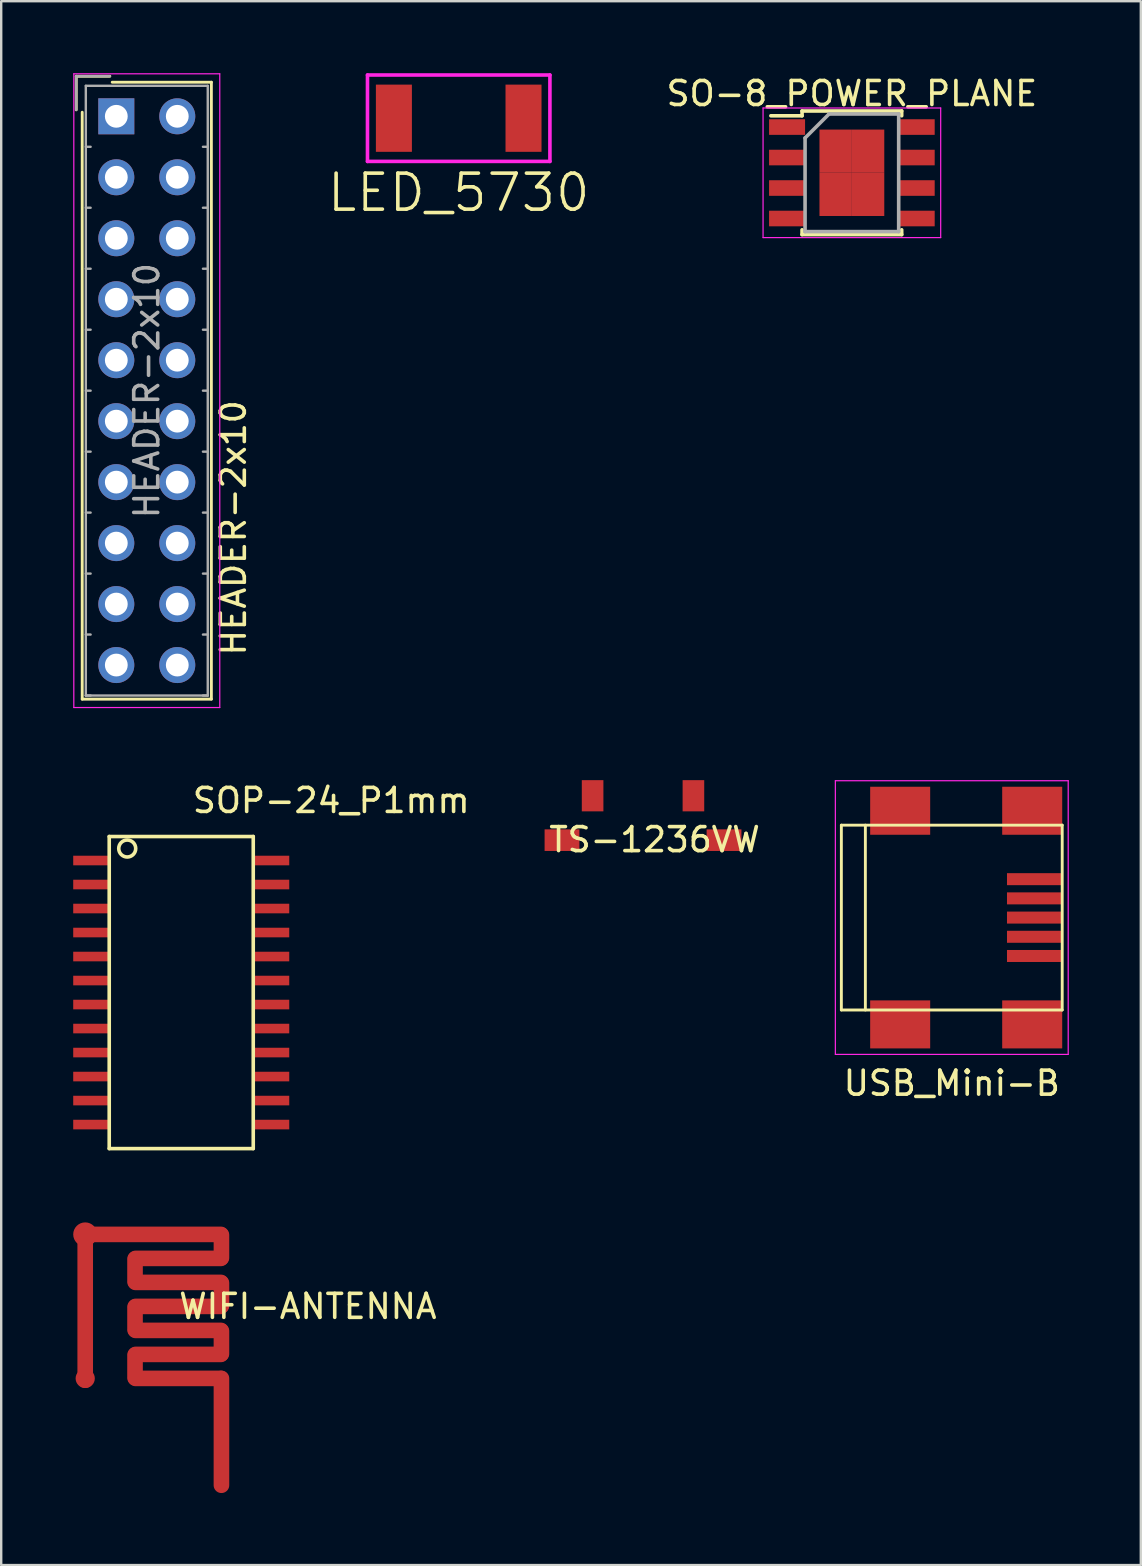
<source format=kicad_pcb>
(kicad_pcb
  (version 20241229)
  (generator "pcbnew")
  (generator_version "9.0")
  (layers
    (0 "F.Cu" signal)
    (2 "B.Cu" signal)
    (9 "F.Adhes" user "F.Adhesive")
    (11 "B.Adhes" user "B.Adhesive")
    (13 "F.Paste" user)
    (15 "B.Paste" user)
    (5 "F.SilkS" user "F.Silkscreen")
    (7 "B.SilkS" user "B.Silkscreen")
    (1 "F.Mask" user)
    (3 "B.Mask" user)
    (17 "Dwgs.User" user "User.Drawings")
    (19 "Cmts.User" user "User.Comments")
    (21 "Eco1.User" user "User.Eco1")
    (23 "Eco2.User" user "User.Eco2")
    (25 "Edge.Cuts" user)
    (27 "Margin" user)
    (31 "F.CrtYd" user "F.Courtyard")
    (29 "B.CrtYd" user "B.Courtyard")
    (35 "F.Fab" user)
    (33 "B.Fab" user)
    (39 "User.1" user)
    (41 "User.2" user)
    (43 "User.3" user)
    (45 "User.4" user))
  (footprint "LED_5730"
    (layer "F.Cu")
    (at 16.059 1.875)
    (property "Reference" "LED_5730" (at 0 3.1 0) (layer "F.SilkS") (effects (font (size 1.5 1.5) (thickness 0.15))))
    (attr smd)
    (fp_line (start -3.8 -1.8) (end 3.8 -1.8) (stroke (width 0.15) (type solid)) (layer "F.CrtYd"))
    (fp_line (start -3.8 1.8) (end -3.8 -1.8) (stroke (width 0.15) (type solid)) (layer "F.CrtYd"))
    (fp_line (start 3.8 -1.8) (end 3.8 1.8) (stroke (width 0.15) (type solid)) (layer "F.CrtYd"))
    (fp_line (start 3.8 1.8) (end -3.8 1.8) (stroke (width 0.15) (type solid)) (layer "F.CrtYd"))
    (pad "1" smd rect (at 2.7 0) (size 1.5 2.8) (layers "F.Cu" "F.Mask" "F.Paste"))
    (pad "2" smd rect (at -2.7 0) (size 1.5 2.8) (layers "F.Cu" "F.Mask" "F.Paste")))
  (footprint "WIFI-ANTENNA"
    (layer "F.Cu")
    (at 4.375 52.373)
    (property "Reference" "WIFI-ANTENNA" (at 5.4 -1 0) (layer "F.SilkS") (effects (font (size 1 1) (thickness 0.15))))
    (attr through_hole)
    (pad "1" smd oval (at -3.875 -4) (size 1 1) (layers "F.Cu" "F.Mask" "F.Paste"))
    (pad "1" smd oval (at -3.875 -0.95) (size 0.65 6.7) (layers "F.Cu" "F.Mask" "F.Paste"))
    (pad "1" smd oval (at -3.875 2) (size 0.8 0.8) (layers "F.Cu" "F.Mask" "F.Paste"))
    (pad "1" smd oval (at -1.8 -2.5) (size 0.65 1.6) (layers "F.Cu" "F.Mask" "F.Paste"))
    (pad "1" smd oval (at -1.8 -0.5) (size 0.65 1.6) (layers "F.Cu" "F.Mask" "F.Paste"))
    (pad "1" smd oval (at -1.8 1.5) (size 0.65 1.6) (layers "F.Cu" "F.Mask" "F.Paste"))
    (pad "1" smd oval (at -1.05 -4) (size 6.3 0.65) (layers "F.Cu" "F.Mask" "F.Paste"))
    (pad "1" smd oval (at 0 -3) (size 4.2 0.65) (layers "F.Cu" "F.Mask" "F.Paste"))
    (pad "1" smd oval (at 0 -2) (size 4.2 0.65) (layers "F.Cu" "F.Mask" "F.Paste"))
    (pad "1" smd oval (at 0 -1) (size 4.2 0.65) (layers "F.Cu" "F.Mask" "F.Paste"))
    (pad "1" smd oval (at 0 0) (size 4.2 0.65) (layers "F.Cu" "F.Mask" "F.Paste"))
    (pad "1" smd oval (at 0 1) (size 4.2 0.65) (layers "F.Cu" "F.Mask" "F.Paste"))
    (pad "1" smd oval (at 0 2) (size 4.2 0.65) (layers "F.Cu" "F.Mask" "F.Paste"))
    (pad "1" smd oval (at 1.8 -3.5) (size 0.65 1.6) (layers "F.Cu" "F.Mask" "F.Paste"))
    (pad "1" smd oval (at 1.8 -1.5) (size 0.65 1.6) (layers "F.Cu" "F.Mask" "F.Paste"))
    (pad "1" smd oval (at 1.8 0.5) (size 0.65 1.6) (layers "F.Cu" "F.Mask" "F.Paste"))
    (pad "1" smd oval (at 1.8 4.225) (size 0.65 5.1) (layers "F.Cu" "F.Mask" "F.Paste")))
  (footprint "SOP-24_P1mm"
    (layer "F.Cu")
    (at 4.25 38.298)
    (property "Reference" "SOP-24_P1mm" (at 6.5 -8 0) (layer "F.SilkS") (effects (font (size 1 1) (thickness 0.15))))
    (attr through_hole)
    (fp_line (start -2.75 -6.5) (end -2.75 6.5) (stroke (width 0.15) (type solid)) (layer "F.SilkS"))
    (fp_line (start -2.75 6.5) (end 3.25 6.5) (stroke (width 0.15) (type solid)) (layer "F.SilkS"))
    (fp_line (start 3.25 -6.5) (end -2.75 -6.5) (stroke (width 0.15) (type solid)) (layer "F.SilkS"))
    (fp_line (start 3.25 6.5) (end 3.25 -6.5) (stroke (width 0.15) (type solid)) (layer "F.SilkS"))
    (fp_circle (center -2 -6) (end -1.75 -5.75) (stroke (width 0.15) (type solid)) (fill no) (layer "F.SilkS"))
    (pad "1" smd rect (at -3.5 -5.5) (size 1.5 0.4) (layers "F.Cu" "F.Mask" "F.Paste"))
    (pad "2" smd rect (at -3.5 -4.5) (size 1.5 0.4) (layers "F.Cu" "F.Mask" "F.Paste"))
    (pad "3" smd rect (at -3.5 -3.5) (size 1.5 0.4) (layers "F.Cu" "F.Mask" "F.Paste"))
    (pad "4" smd rect (at -3.5 -2.5) (size 1.5 0.4) (layers "F.Cu" "F.Mask" "F.Paste"))
    (pad "5" smd rect (at -3.5 -1.5) (size 1.5 0.4) (layers "F.Cu" "F.Mask" "F.Paste"))
    (pad "6" smd rect (at -3.5 -0.5) (size 1.5 0.4) (layers "F.Cu" "F.Mask" "F.Paste"))
    (pad "7" smd rect (at -3.5 0.5) (size 1.5 0.4) (layers "F.Cu" "F.Mask" "F.Paste"))
    (pad "8" smd rect (at -3.5 1.5) (size 1.5 0.4) (layers "F.Cu" "F.Mask" "F.Paste"))
    (pad "9" smd rect (at -3.5 2.5) (size 1.5 0.4) (layers "F.Cu" "F.Mask" "F.Paste"))
    (pad "10" smd rect (at -3.5 3.5) (size 1.5 0.4) (layers "F.Cu" "F.Mask" "F.Paste"))
    (pad "11" smd rect (at -3.5 4.5) (size 1.5 0.4) (layers "F.Cu" "F.Mask" "F.Paste"))
    (pad "12" smd rect (at -3.5 5.5) (size 1.5 0.4) (layers "F.Cu" "F.Mask" "F.Paste"))
    (pad "13" smd rect (at 4 5.5) (size 1.5 0.4) (layers "F.Cu" "F.Mask" "F.Paste"))
    (pad "14" smd rect (at 4 4.5) (size 1.5 0.4) (layers "F.Cu" "F.Mask" "F.Paste"))
    (pad "15" smd rect (at 4 3.5) (size 1.5 0.4) (layers "F.Cu" "F.Mask" "F.Paste"))
    (pad "16" smd rect (at 4 2.5) (size 1.5 0.4) (layers "F.Cu" "F.Mask" "F.Paste"))
    (pad "17" smd rect (at 4 1.5) (size 1.5 0.4) (layers "F.Cu" "F.Mask" "F.Paste"))
    (pad "18" smd rect (at 4 0.5) (size 1.5 0.4) (layers "F.Cu" "F.Mask" "F.Paste"))
    (pad "19" smd rect (at 4 -0.5) (size 1.5 0.4) (layers "F.Cu" "F.Mask" "F.Paste"))
    (pad "20" smd rect (at 4 -1.5) (size 1.5 0.4) (layers "F.Cu" "F.Mask" "F.Paste"))
    (pad "21" smd rect (at 4 -2.5) (size 1.5 0.4) (layers "F.Cu" "F.Mask" "F.Paste"))
    (pad "22" smd rect (at 4 -3.5) (size 1.5 0.4) (layers "F.Cu" "F.Mask" "F.Paste"))
    (pad "23" smd rect (at 4 -4.5) (size 1.5 0.4) (layers "F.Cu" "F.Mask" "F.Paste"))
    (pad "24" smd rect (at 4 -5.5) (size 1.5 0.4) (layers "F.Cu" "F.Mask" "F.Paste")))
  (footprint "HEADER-2x10"
    (layer "F.Cu")
    (at 1.795 1.795)
    (property "Reference" "HEADER-2x10" (at 4.877 17.145 90) (layer "F.SilkS") (effects (font (size 1 1) (thickness 0.15))))
    (attr through_hole)
    (fp_line (start -1.67 -1.67) (end -1.67 -0.27) (stroke (width 0.12) (type solid)) (layer "F.SilkS"))
    (fp_line (start -1.42 24.28) (end -1.42 -0.17) (stroke (width 0.12) (type solid)) (layer "F.SilkS"))
    (fp_line (start -0.27 -1.67) (end -1.67 -1.67) (stroke (width 0.12) (type solid)) (layer "F.SilkS"))
    (fp_line (start -0.17 -1.42) (end 3.96 -1.42) (stroke (width 0.12) (type solid)) (layer "F.SilkS"))
    (fp_line (start 3.96 -1.42) (end 3.96 24.28) (stroke (width 0.12) (type solid)) (layer "F.SilkS"))
    (fp_line (start 3.96 24.28) (end -1.42 24.28) (stroke (width 0.12) (type solid)) (layer "F.SilkS"))
    (fp_line (start -1.77 -1.77) (end -1.77 24.63) (stroke (width 0.05) (type solid)) (layer "F.CrtYd"))
    (fp_line (start -1.77 24.63) (end 4.31 24.63) (stroke (width 0.05) (type solid)) (layer "F.CrtYd"))
    (fp_line (start 4.31 -1.77) (end -1.77 -1.77) (stroke (width 0.05) (type solid)) (layer "F.CrtYd"))
    (fp_line (start 4.31 24.63) (end 4.31 -1.77) (stroke (width 0.05) (type solid)) (layer "F.CrtYd"))
    (fp_line (start -1.67 -1.67) (end -1.67 -0.27) (stroke (width 0.1) (type solid)) (layer "F.Fab"))
    (fp_line (start -1.27 -1.27) (end -1.27 24.13) (stroke (width 0.1) (type solid)) (layer "F.Fab"))
    (fp_line (start -1.27 1.27) (end -1.07 1.27) (stroke (width 0.1) (type solid)) (layer "F.Fab"))
    (fp_line (start -1.27 3.81) (end -1.07 3.81) (stroke (width 0.1) (type solid)) (layer "F.Fab"))
    (fp_line (start -1.27 6.35) (end -1.07 6.35) (stroke (width 0.1) (type solid)) (layer "F.Fab"))
    (fp_line (start -1.27 8.89) (end -1.07 8.89) (stroke (width 0.1) (type solid)) (layer "F.Fab"))
    (fp_line (start -1.27 11.43) (end -1.07 11.43) (stroke (width 0.1) (type solid)) (layer "F.Fab"))
    (fp_line (start -1.27 13.97) (end -1.07 13.97) (stroke (width 0.1) (type solid)) (layer "F.Fab"))
    (fp_line (start -1.27 16.51) (end -1.07 16.51) (stroke (width 0.1) (type solid)) (layer "F.Fab"))
    (fp_line (start -1.27 19.05) (end -1.07 19.05) (stroke (width 0.1) (type solid)) (layer "F.Fab"))
    (fp_line (start -1.27 21.59) (end -1.07 21.59) (stroke (width 0.1) (type solid)) (layer "F.Fab"))
    (fp_line (start -1.27 24.13) (end -1.07 24.13) (stroke (width 0.1) (type solid)) (layer "F.Fab"))
    (fp_line (start -1.27 24.13) (end 3.81 24.13) (stroke (width 0.1) (type solid)) (layer "F.Fab"))
    (fp_line (start -0.27 -1.67) (end -1.67 -1.67) (stroke (width 0.1) (type solid)) (layer "F.Fab"))
    (fp_line (start 3.81 -1.27) (end -1.27 -1.27) (stroke (width 0.1) (type solid)) (layer "F.Fab"))
    (fp_line (start 3.81 1.27) (end 3.61 1.27) (stroke (width 0.1) (type solid)) (layer "F.Fab"))
    (fp_line (start 3.81 3.81) (end 3.61 3.81) (stroke (width 0.1) (type solid)) (layer "F.Fab"))
    (fp_line (start 3.81 6.35) (end 3.61 6.35) (stroke (width 0.1) (type solid)) (layer "F.Fab"))
    (fp_line (start 3.81 8.89) (end 3.61 8.89) (stroke (width 0.1) (type solid)) (layer "F.Fab"))
    (fp_line (start 3.81 11.43) (end 3.61 11.43) (stroke (width 0.1) (type solid)) (layer "F.Fab"))
    (fp_line (start 3.81 13.97) (end 3.61 13.97) (stroke (width 0.1) (type solid)) (layer "F.Fab"))
    (fp_line (start 3.81 16.51) (end 3.61 16.51) (stroke (width 0.1) (type solid)) (layer "F.Fab"))
    (fp_line (start 3.81 19.05) (end 3.61 19.05) (stroke (width 0.1) (type solid)) (layer "F.Fab"))
    (fp_line (start 3.81 21.59) (end 3.61 21.59) (stroke (width 0.1) (type solid)) (layer "F.Fab"))
    (fp_line (start 3.81 24.13) (end 3.61 24.13) (stroke (width 0.1) (type solid)) (layer "F.Fab"))
    (fp_line (start 3.81 24.13) (end 3.81 -1.27) (stroke (width 0.1) (type solid)) (layer "F.Fab"))
    (fp_text user "${REFERENCE}" (at 1.27 11.43 90) (layer "F.Fab") (effects (font (size 1 1) (thickness 0.15))))
    (pad "1" thru_hole rect (at 0 0) (size 1.5 1.5) (drill 0.95) (layers "*.Cu" "*.Mask"))
    (pad "2" thru_hole circle (at 2.54 0) (size 1.5 1.5) (drill 0.95) (layers "*.Cu" "*.Mask"))
    (pad "3" thru_hole circle (at 0 2.54) (size 1.5 1.5) (drill 0.95) (layers "*.Cu" "*.Mask"))
    (pad "4" thru_hole circle (at 2.54 2.54) (size 1.5 1.5) (drill 0.95) (layers "*.Cu" "*.Mask"))
    (pad "5" thru_hole circle (at 0 5.08) (size 1.5 1.5) (drill 0.95) (layers "*.Cu" "*.Mask"))
    (pad "6" thru_hole circle (at 2.54 5.08) (size 1.5 1.5) (drill 0.95) (layers "*.Cu" "*.Mask"))
    (pad "7" thru_hole circle (at 0 7.62) (size 1.5 1.5) (drill 0.95) (layers "*.Cu" "*.Mask"))
    (pad "8" thru_hole circle (at 2.54 7.62) (size 1.5 1.5) (drill 0.95) (layers "*.Cu" "*.Mask"))
    (pad "9" thru_hole circle (at 0 10.16) (size 1.5 1.5) (drill 0.95) (layers "*.Cu" "*.Mask"))
    (pad "10" thru_hole circle (at 2.54 10.16) (size 1.5 1.5) (drill 0.95) (layers "*.Cu" "*.Mask"))
    (pad "11" thru_hole circle (at 0 12.7) (size 1.5 1.5) (drill 0.95) (layers "*.Cu" "*.Mask"))
    (pad "12" thru_hole circle (at 2.54 12.7) (size 1.5 1.5) (drill 0.95) (layers "*.Cu" "*.Mask"))
    (pad "13" thru_hole circle (at 0 15.24) (size 1.5 1.5) (drill 0.95) (layers "*.Cu" "*.Mask"))
    (pad "14" thru_hole circle (at 2.54 15.24) (size 1.5 1.5) (drill 0.95) (layers "*.Cu" "*.Mask"))
    (pad "15" thru_hole circle (at 0 17.78) (size 1.5 1.5) (drill 0.95) (layers "*.Cu" "*.Mask"))
    (pad "16" thru_hole circle (at 2.54 17.78) (size 1.5 1.5) (drill 0.95) (layers "*.Cu" "*.Mask"))
    (pad "17" thru_hole circle (at 0 20.32) (size 1.5 1.5) (drill 0.95) (layers "*.Cu" "*.Mask"))
    (pad "18" thru_hole circle (at 2.54 20.32) (size 1.5 1.5) (drill 0.95) (layers "*.Cu" "*.Mask"))
    (pad "19" thru_hole circle (at 0 22.86) (size 1.5 1.5) (drill 0.95) (layers "*.Cu" "*.Mask"))
    (pad "20" thru_hole circle (at 2.54 22.86) (size 1.5 1.5) (drill 0.95) (layers "*.Cu" "*.Mask")))
  (footprint "USB_Mini-B"
    (layer "F.Cu")
    (at 37.25 35.175)
    (property "Reference" "USB_Mini-B" (at -0.65 6.9 0) (layer "F.SilkS") (effects (font (size 1 1) (thickness 0.15))))
    (attr smd)
    (fp_line (start -5.25 -3.85) (end -5.25 3.85) (stroke (width 0.12) (type solid)) (layer "F.SilkS"))
    (fp_line (start -5.25 3.85) (end 3.95 3.85) (stroke (width 0.12) (type solid)) (layer "F.SilkS"))
    (fp_line (start -4.25 -3.85) (end -4.25 3.85) (stroke (width 0.12) (type solid)) (layer "F.SilkS"))
    (fp_line (start 3.95 -3.85) (end -5.25 -3.85) (stroke (width 0.12) (type solid)) (layer "F.SilkS"))
    (fp_line (start 3.95 3.85) (end 3.95 -3.85) (stroke (width 0.12) (type solid)) (layer "F.SilkS"))
    (fp_line (start -5.5 -5.7) (end 4.2 -5.7) (stroke (width 0.05) (type solid)) (layer "F.CrtYd"))
    (fp_line (start -5.5 5.7) (end -5.5 -5.7) (stroke (width 0.05) (type solid)) (layer "F.CrtYd"))
    (fp_line (start 4.2 -5.7) (end 4.2 5.7) (stroke (width 0.05) (type solid)) (layer "F.CrtYd"))
    (fp_line (start 4.2 5.7) (end -5.5 5.7) (stroke (width 0.05) (type solid)) (layer "F.CrtYd"))
    (pad "1" smd rect (at 2.8 -1.6) (size 2.3 0.5) (layers "F.Cu" "F.Mask" "F.Paste"))
    (pad "2" smd rect (at 2.8 -0.8) (size 2.3 0.5) (layers "F.Cu" "F.Mask" "F.Paste"))
    (pad "3" smd rect (at 2.8 0) (size 2.3 0.5) (layers "F.Cu" "F.Mask" "F.Paste"))
    (pad "4" smd rect (at 2.8 0.8) (size 2.3 0.5) (layers "F.Cu" "F.Mask" "F.Paste"))
    (pad "5" smd rect (at 2.8 1.6) (size 2.3 0.5) (layers "F.Cu" "F.Mask" "F.Paste"))
    (pad "6" smd rect (at -2.8 -4.45) (size 2.5 2) (layers "F.Cu" "F.Mask" "F.Paste"))
    (pad "6" smd rect (at -2.8 4.45) (size 2.5 2) (layers "F.Cu" "F.Mask" "F.Paste"))
    (pad "6" smd rect (at 2.7 -4.45) (size 2.5 2) (layers "F.Cu" "F.Mask" "F.Paste"))
    (pad "6" smd rect (at 2.7 4.45) (size 2.5 2) (layers "F.Cu" "F.Mask" "F.Paste")))
  (footprint "TS-1236VW"
    (layer "F.Cu")
    (at 23.762 31.116)
    (property "Reference" "TS-1236VW" (at 0.457 0.813 0) (layer "F.SilkS") (effects (font (size 1 1) (thickness 0.15))))
    (attr through_hole)
    (pad "1" smd rect (at -2.125 -1.016) (size 0.9 1.3) (layers "F.Cu" "F.Mask" "F.Paste"))
    (pad "2" smd rect (at -3.4 0.834) (size 1.45 0.9) (layers "F.Cu" "F.Mask" "F.Paste"))
    (pad "2" smd rect (at 2.075 -1.016) (size 0.9 1.3) (layers "F.Cu" "F.Mask" "F.Paste"))
    (pad "2" smd rect (at 3.35 0.834) (size 1.45 0.9) (layers "F.Cu" "F.Mask" "F.Paste")))
  (footprint "SO-8_POWER_PLANE"
    (layer "F.Cu")
    (at 32.438 4.148)
    (property "Reference" "SO-8_POWER_PLANE" (at 0 -3.3 0) (layer "F.SilkS") (effects (font (size 1 1) (thickness 0.15))))
    (attr smd)
    (fp_line (start -2.075 -2.575) (end -2.075 -2.375) (stroke (width 0.15) (type solid)) (layer "F.SilkS"))
    (fp_line (start -2.075 -2.575) (end 2.075 -2.575) (stroke (width 0.15) (type solid)) (layer "F.SilkS"))
    (fp_line (start -2.075 -2.375) (end -3.375 -2.375) (stroke (width 0.15) (type solid)) (layer "F.SilkS"))
    (fp_line (start -2.075 2.575) (end -2.075 2.375) (stroke (width 0.15) (type solid)) (layer "F.SilkS"))
    (fp_line (start -2.075 2.575) (end 2.075 2.575) (stroke (width 0.15) (type solid)) (layer "F.SilkS"))
    (fp_line (start 2.075 -2.575) (end 2.075 -2.375) (stroke (width 0.15) (type solid)) (layer "F.SilkS"))
    (fp_line (start 2.075 2.575) (end 2.075 2.375) (stroke (width 0.15) (type solid)) (layer "F.SilkS"))
    (fp_line (start -3.7 -2.7) (end -3.7 2.7) (stroke (width 0.05) (type solid)) (layer "F.CrtYd"))
    (fp_line (start -3.7 -2.7) (end 3.7 -2.7) (stroke (width 0.05) (type solid)) (layer "F.CrtYd"))
    (fp_line (start -3.7 2.7) (end 3.7 2.7) (stroke (width 0.05) (type solid)) (layer "F.CrtYd"))
    (fp_line (start 3.7 -2.7) (end 3.7 2.7) (stroke (width 0.05) (type solid)) (layer "F.CrtYd"))
    (fp_line (start -1.95 -1.45) (end -0.95 -2.45) (stroke (width 0.15) (type solid)) (layer "F.Fab"))
    (fp_line (start -1.95 2.45) (end -1.95 -1.45) (stroke (width 0.15) (type solid)) (layer "F.Fab"))
    (fp_line (start -0.95 -2.45) (end 1.95 -2.45) (stroke (width 0.15) (type solid)) (layer "F.Fab"))
    (fp_line (start 1.95 -2.45) (end 1.95 2.45) (stroke (width 0.15) (type solid)) (layer "F.Fab"))
    (fp_line (start 1.95 2.45) (end -1.95 2.45) (stroke (width 0.15) (type solid)) (layer "F.Fab"))
    (pad "1" smd rect (at -2.7 -1.905) (size 1.5 0.65) (layers "F.Cu" "F.Mask" "F.Paste"))
    (pad "2" smd rect (at -2.7 -0.635) (size 1.5 0.65) (layers "F.Cu" "F.Mask" "F.Paste"))
    (pad "3" smd rect (at -2.7 0.635) (size 1.5 0.65) (layers "F.Cu" "F.Mask" "F.Paste"))
    (pad "4" smd rect (at -2.7 1.905) (size 1.5 0.65) (layers "F.Cu" "F.Mask" "F.Paste"))
    (pad "5" smd rect (at 2.7 1.905) (size 1.5 0.65) (layers "F.Cu" "F.Mask" "F.Paste"))
    (pad "6" smd rect (at 2.7 0.635) (size 1.5 0.65) (layers "F.Cu" "F.Mask" "F.Paste"))
    (pad "7" smd rect (at 2.7 -0.635) (size 1.5 0.65) (layers "F.Cu" "F.Mask" "F.Paste"))
    (pad "8" smd rect (at 2.7 -1.905) (size 1.5 0.65) (layers "F.Cu" "F.Mask" "F.Paste"))
    (pad "9" smd rect (at -0.675 -0.9) (size 1.35 1.8) (layers "F.Cu" "F.Mask" "F.Paste"))
    (pad "9" smd rect (at -0.675 0.9) (size 1.35 1.8) (layers "F.Cu" "F.Mask" "F.Paste"))
    (pad "9" smd rect (at 0.675 -0.9) (size 1.35 1.8) (layers "F.Cu" "F.Mask" "F.Paste"))
    (pad "9" smd rect (at 0.675 0.9) (size 1.35 1.8) (layers "F.Cu" "F.Mask" "F.Paste")))
  (gr_rect
    (start -3 -3)
    (end 44.475 62.148)
    (stroke (width 0.1) (type default))
    (fill no)
    (layer "Edge.Cuts")))
</source>
